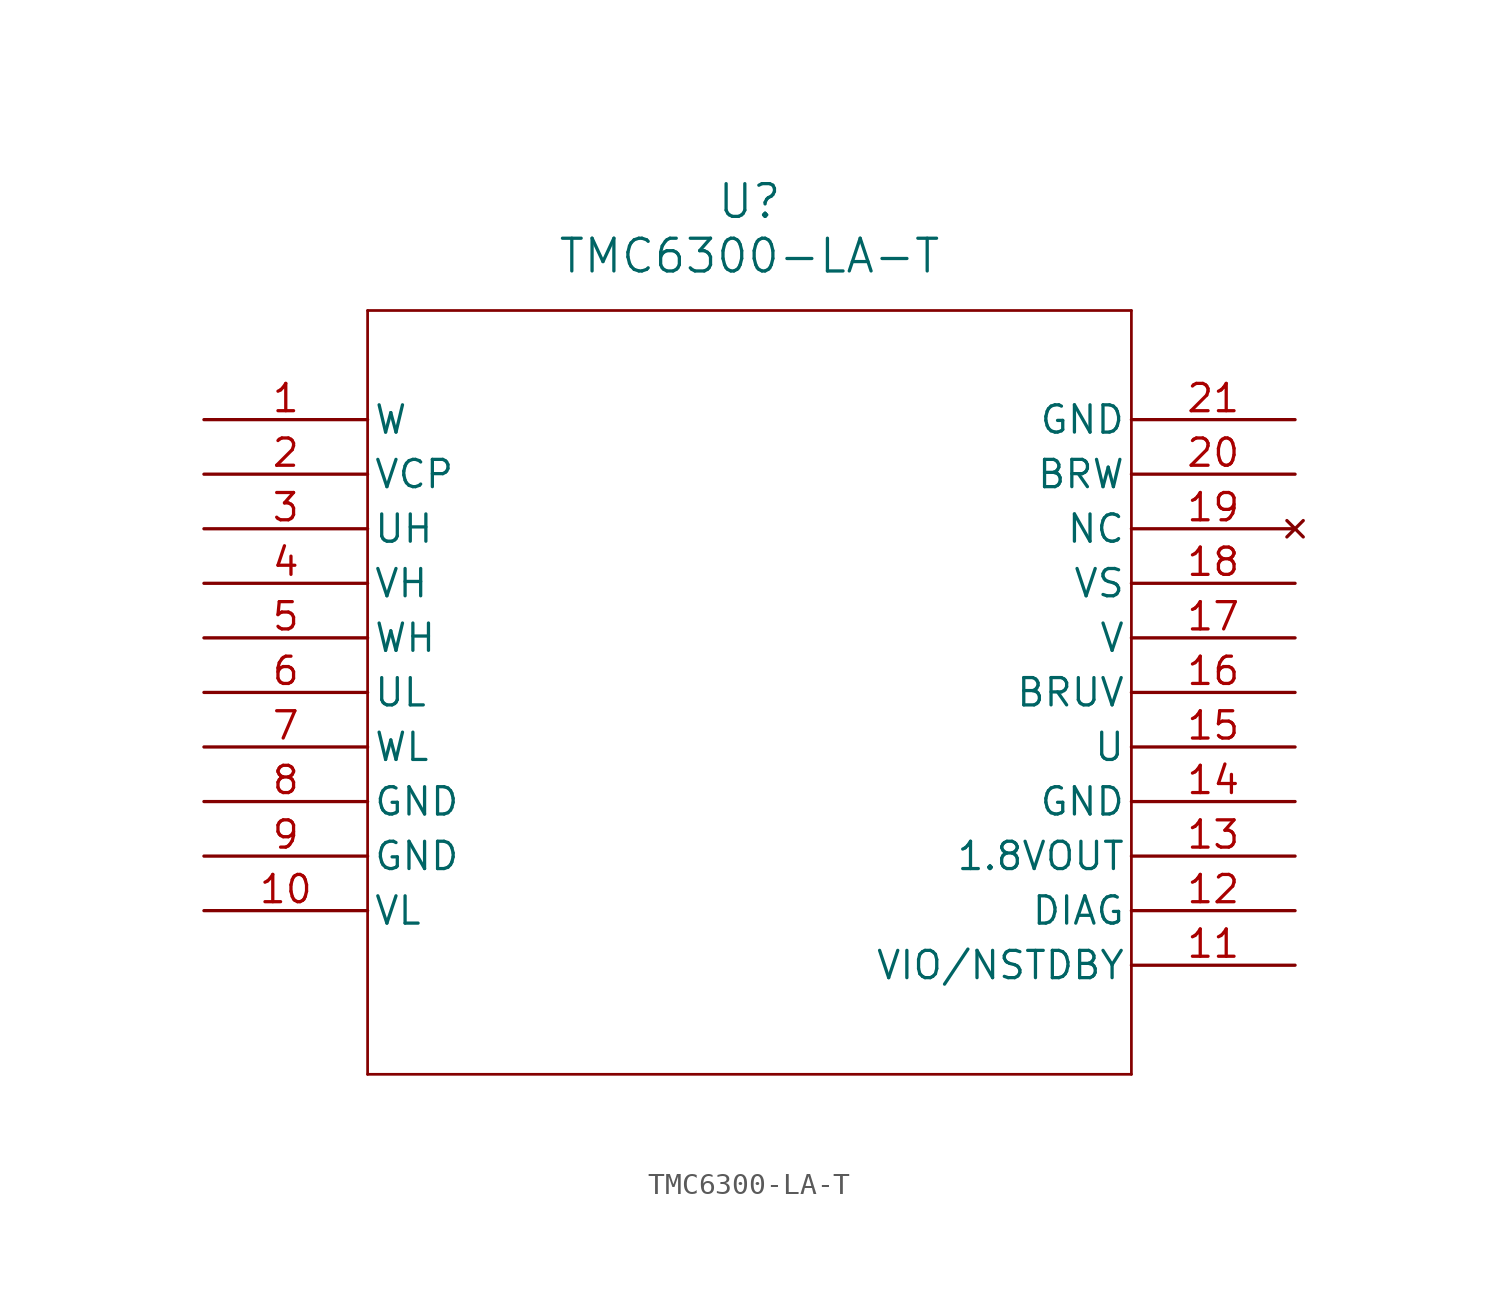
<source format=kicad_sym>
(kicad_symbol_lib
  (version 20211014)
  (generator kicad_symbol_editor)
  (symbol "TMC6300-LA-T"
    (pin_names
      (offset 0.254))
    (property "Reference" "U"
      (at 25.4 10.16 0)
      (effects (font (size 1.524 1.524))))
    (property "Value" "TMC6300-LA-T"
      (at 25.4 7.62 0)
      (effects (font (size 1.524 1.524))))
    (symbol "TMC6300-LA-T_0_1"
      (polyline (pts (xy 7.62 5.08) (xy 7.62 -30.48)) (stroke (width 0.127) (type default) (color 0 0 0 0)) (fill (type none)))
      (polyline (pts (xy 7.62 -30.48) (xy 43.18 -30.48)) (stroke (width 0.127) (type default) (color 0 0 0 0)) (fill (type none)))
      (polyline (pts (xy 43.18 -30.48) (xy 43.18 5.08)) (stroke (width 0.127) (type default) (color 0 0 0 0)) (fill (type none)))
      (polyline (pts (xy 43.18 5.08) (xy 7.62 5.08)) (stroke (width 0.127) (type default) (color 0 0 0 0)) (fill (type none)))
      (pin output line (at 0 0 0) (length 7.62) (name "W" (effects (font (size 1.27 1.27)))) (number "1" (effects (font (size 1.27 1.27)))))
      (pin power_in line (at 0 -2.54 0) (length 7.62) (name "VCP" (effects (font (size 1.27 1.27)))) (number "2" (effects (font (size 1.27 1.27)))))
      (pin input line (at 0 -5.08 0) (length 7.62) (name "UH" (effects (font (size 1.27 1.27)))) (number "3" (effects (font (size 1.27 1.27)))))
      (pin input line (at 0 -7.62 0) (length 7.62) (name "VH" (effects (font (size 1.27 1.27)))) (number "4" (effects (font (size 1.27 1.27)))))
      (pin input line (at 0 -10.16 0) (length 7.62) (name "WH" (effects (font (size 1.27 1.27)))) (number "5" (effects (font (size 1.27 1.27)))))
      (pin input line (at 0 -12.7 0) (length 7.62) (name "UL" (effects (font (size 1.27 1.27)))) (number "6" (effects (font (size 1.27 1.27)))))
      (pin input line (at 0 -15.24 0) (length 7.62) (name "WL" (effects (font (size 1.27 1.27)))) (number "7" (effects (font (size 1.27 1.27)))))
      (pin power_out line (at 0 -17.78 0) (length 7.62) (name "GND" (effects (font (size 1.27 1.27)))) (number "8" (effects (font (size 1.27 1.27)))))
      (pin power_out line (at 0 -20.32 0) (length 7.62) (name "GND" (effects (font (size 1.27 1.27)))) (number "9" (effects (font (size 1.27 1.27)))))
      (pin input line (at 0 -22.86 0) (length 7.62) (name "VL" (effects (font (size 1.27 1.27)))) (number "10" (effects (font (size 1.27 1.27)))))
      (pin power_in line (at 50.8 -25.4 180) (length 7.62) (name "VIO/NSTDBY" (effects (font (size 1.27 1.27)))) (number "11" (effects (font (size 1.27 1.27)))))
      (pin output line (at 50.8 -22.86 180) (length 7.62) (name "DIAG" (effects (font (size 1.27 1.27)))) (number "12" (effects (font (size 1.27 1.27)))))
      (pin power_in line (at 50.8 -20.32 180) (length 7.62) (name "1.8VOUT" (effects (font (size 1.27 1.27)))) (number "13" (effects (font (size 1.27 1.27)))))
      (pin power_out line (at 50.8 -17.78 180) (length 7.62) (name "GND" (effects (font (size 1.27 1.27)))) (number "14" (effects (font (size 1.27 1.27)))))
      (pin output line (at 50.8 -15.24 180) (length 7.62) (name "U" (effects (font (size 1.27 1.27)))) (number "15" (effects (font (size 1.27 1.27)))))
      (pin unspecified line (at 50.8 -12.7 180) (length 7.62) (name "BRUV" (effects (font (size 1.27 1.27)))) (number "16" (effects (font (size 1.27 1.27)))))
      (pin output line (at 50.8 -10.16 180) (length 7.62) (name "V" (effects (font (size 1.27 1.27)))) (number "17" (effects (font (size 1.27 1.27)))))
      (pin power_in line (at 50.8 -7.62 180) (length 7.62) (name "VS" (effects (font (size 1.27 1.27)))) (number "18" (effects (font (size 1.27 1.27)))))
      (pin no_connect line (at 50.8 -5.08 180) (length 7.62) (name "NC" (effects (font (size 1.27 1.27)))) (number "19" (effects (font (size 1.27 1.27)))))
      (pin unspecified line (at 50.8 -2.54 180) (length 7.62) (name "BRW" (effects (font (size 1.27 1.27)))) (number "20" (effects (font (size 1.27 1.27)))))
      (pin power_out line (at 50.8 0 180) (length 7.62) (name "GND" (effects (font (size 1.27 1.27)))) (number "21" (effects (font (size 1.27 1.27))))))))
</source>
